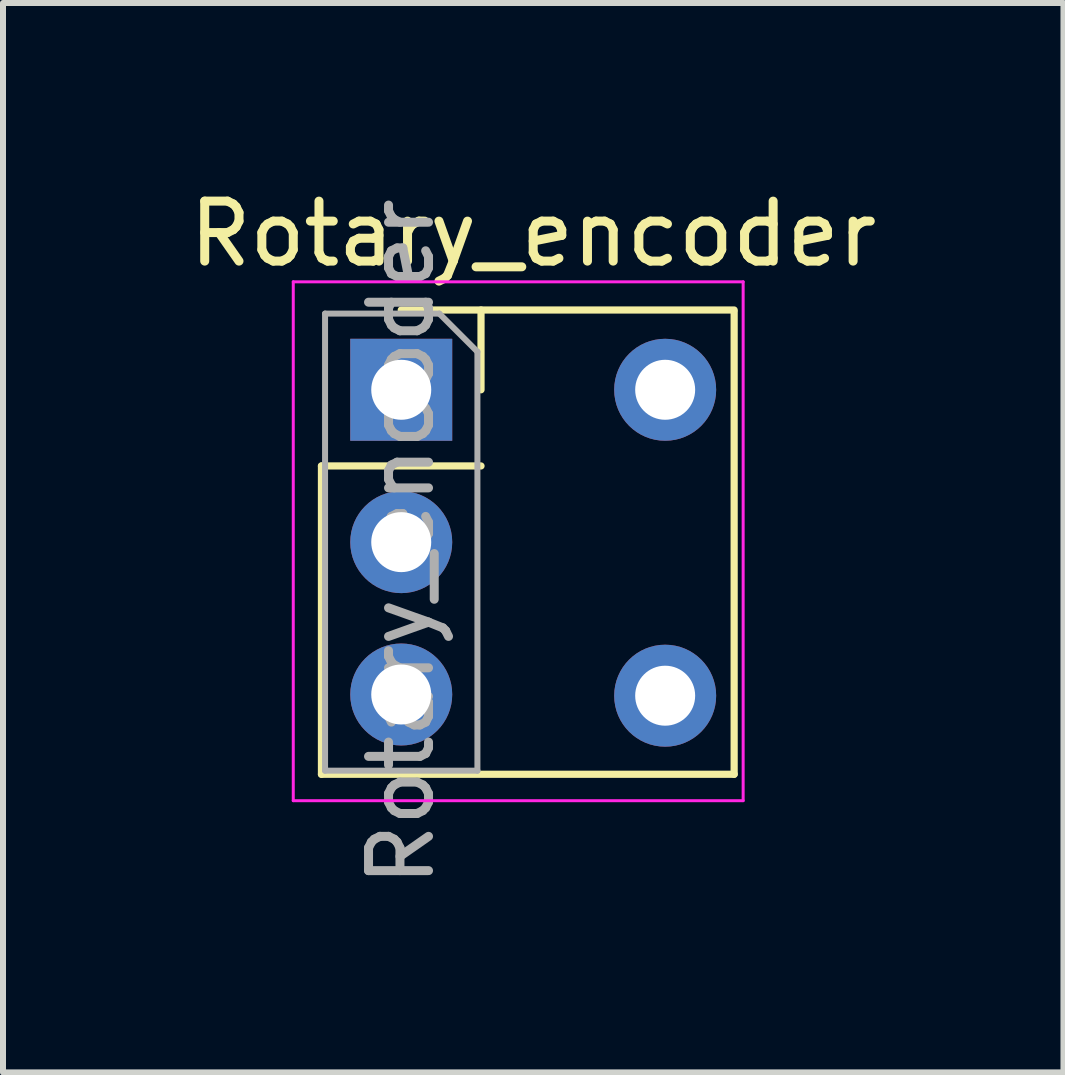
<source format=kicad_pcb>
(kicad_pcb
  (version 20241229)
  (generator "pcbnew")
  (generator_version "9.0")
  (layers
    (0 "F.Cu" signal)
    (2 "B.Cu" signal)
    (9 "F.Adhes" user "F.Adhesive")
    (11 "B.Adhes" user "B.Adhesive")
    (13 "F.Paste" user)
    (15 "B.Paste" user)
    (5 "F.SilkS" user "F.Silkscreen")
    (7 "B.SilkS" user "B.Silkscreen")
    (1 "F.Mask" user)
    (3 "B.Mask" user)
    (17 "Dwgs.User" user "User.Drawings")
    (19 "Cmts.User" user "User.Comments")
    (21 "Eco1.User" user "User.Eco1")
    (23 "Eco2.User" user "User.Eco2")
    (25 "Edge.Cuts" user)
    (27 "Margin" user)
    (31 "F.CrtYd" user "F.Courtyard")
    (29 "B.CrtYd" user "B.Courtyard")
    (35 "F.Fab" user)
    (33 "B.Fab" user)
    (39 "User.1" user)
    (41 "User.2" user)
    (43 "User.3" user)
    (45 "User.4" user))
  (footprint "Rotary_encoder"
    (layer "F.Cu")
    (at 3.639 3.448)
    (property "Reference" "Rotary_encoder" (at 2.2 -2.6 0) (layer "F.SilkS") (effects (font (size 1 1) (thickness 0.15))))
    (attr through_hole)
    (fp_line (start -1.33 1.27) (end -1.33 6.41) (stroke (width 0.12) (type solid)) (layer "F.SilkS"))
    (fp_line (start -1.33 1.27) (end 1.33 1.27) (stroke (width 0.12) (type solid)) (layer "F.SilkS"))
    (fp_line (start -1.33 6.41) (end 5.55 6.41) (stroke (width 0.12) (type solid)) (layer "F.SilkS"))
    (fp_line (start 0 -1.33) (end 5.55 -1.33) (stroke (width 0.12) (type solid)) (layer "F.SilkS"))
    (fp_line (start 1.33 -1.33) (end 1.33 0) (stroke (width 0.12) (type solid)) (layer "F.SilkS"))
    (fp_line (start 5.55 -1.3) (end 5.55 6.41) (stroke (width 0.12) (type solid)) (layer "F.SilkS"))
    (fp_line (start -1.8 -1.8) (end 5.7 -1.8) (stroke (width 0.05) (type solid)) (layer "F.CrtYd"))
    (fp_line (start -1.8 6.85) (end -1.8 -1.8) (stroke (width 0.05) (type solid)) (layer "F.CrtYd"))
    (fp_line (start 5.7 -1.8) (end 5.7 6.85) (stroke (width 0.05) (type solid)) (layer "F.CrtYd"))
    (fp_line (start 5.7 6.85) (end -1.8 6.85) (stroke (width 0.05) (type solid)) (layer "F.CrtYd"))
    (fp_line (start -1.27 -1.27) (end 0.635 -1.27) (stroke (width 0.1) (type solid)) (layer "F.Fab"))
    (fp_line (start -1.27 6.35) (end -1.27 -1.27) (stroke (width 0.1) (type solid)) (layer "F.Fab"))
    (fp_line (start 0.635 -1.27) (end 1.27 -0.635) (stroke (width 0.1) (type solid)) (layer "F.Fab"))
    (fp_line (start 1.27 -0.635) (end 1.27 6.35) (stroke (width 0.1) (type solid)) (layer "F.Fab"))
    (fp_line (start 1.27 6.35) (end -1.27 6.35) (stroke (width 0.1) (type solid)) (layer "F.Fab"))
    (fp_text user "${REFERENCE}" (at 0 2.54 90) (layer "F.Fab") (effects (font (size 1 1) (thickness 0.15))))
    (pad "A" thru_hole rect (at 0 0) (size 1.7 1.7) (drill 1) (layers "*.Cu" "*.Mask"))
    (pad "B" thru_hole oval (at 0 5.08) (size 1.7 1.7) (drill 1) (layers "*.Cu" "*.Mask"))
    (pad "C" thru_hole oval (at 0 2.54) (size 1.7 1.7) (drill 1) (layers "*.Cu" "*.Mask"))
    (pad "S1" thru_hole oval (at 4.4 0) (size 1.7 1.7) (drill 1) (layers "*.Cu" "*.Mask"))
    (pad "S2" thru_hole oval (at 4.4 5.1) (size 1.7 1.7) (drill 1) (layers "*.Cu" "*.Mask")))
  (gr_rect
    (start -3 -3)
    (end 14.679 14.828)
    (stroke (width 0.1) (type default))
    (fill no)
    (layer "Edge.Cuts")))
</source>
